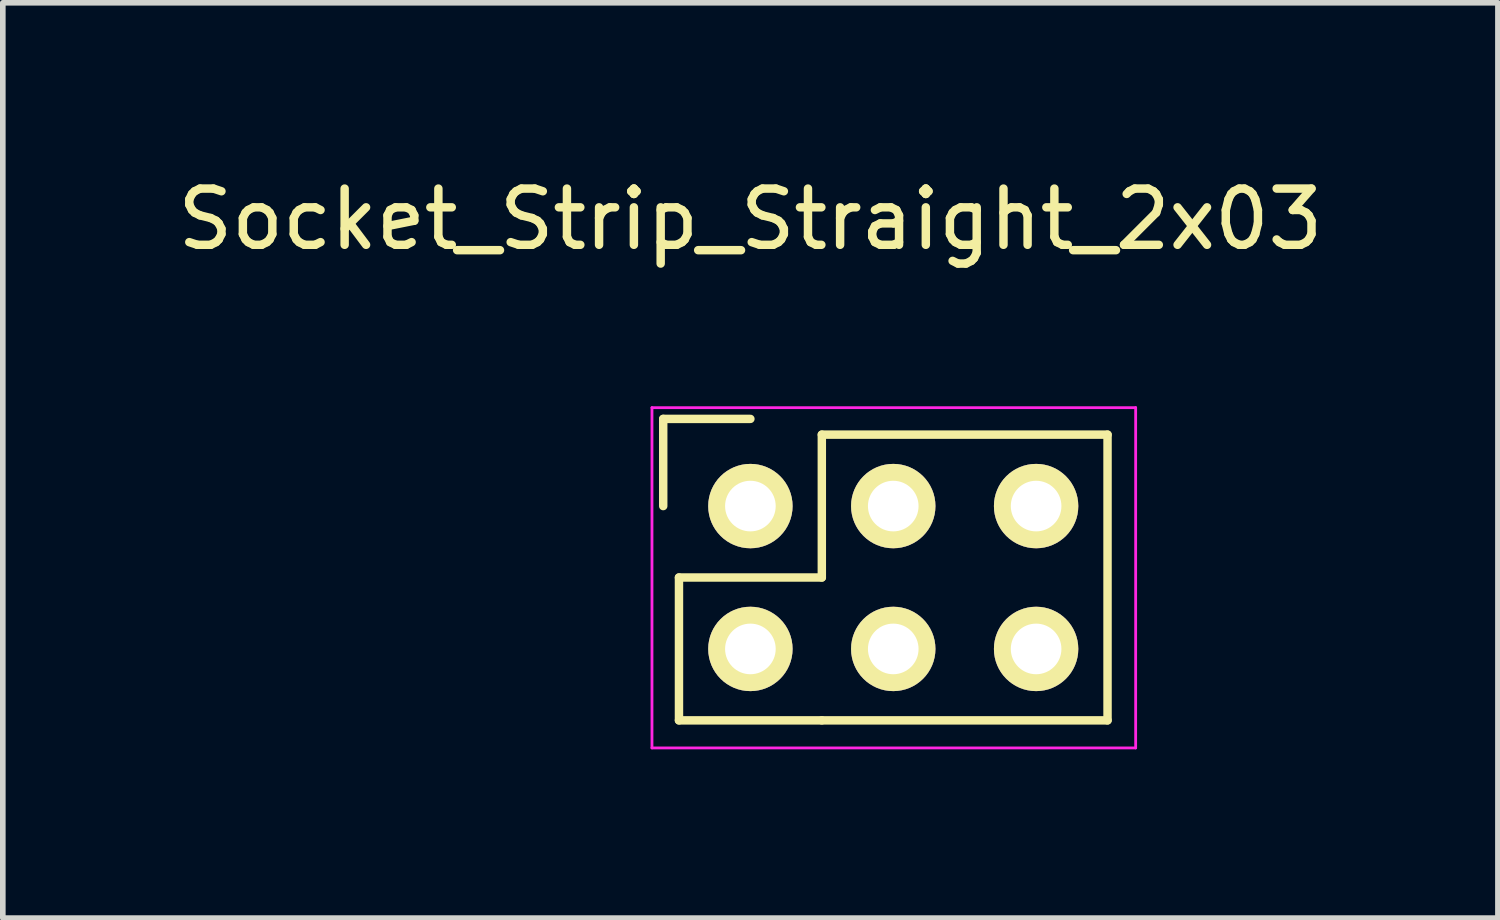
<source format=kicad_pcb>
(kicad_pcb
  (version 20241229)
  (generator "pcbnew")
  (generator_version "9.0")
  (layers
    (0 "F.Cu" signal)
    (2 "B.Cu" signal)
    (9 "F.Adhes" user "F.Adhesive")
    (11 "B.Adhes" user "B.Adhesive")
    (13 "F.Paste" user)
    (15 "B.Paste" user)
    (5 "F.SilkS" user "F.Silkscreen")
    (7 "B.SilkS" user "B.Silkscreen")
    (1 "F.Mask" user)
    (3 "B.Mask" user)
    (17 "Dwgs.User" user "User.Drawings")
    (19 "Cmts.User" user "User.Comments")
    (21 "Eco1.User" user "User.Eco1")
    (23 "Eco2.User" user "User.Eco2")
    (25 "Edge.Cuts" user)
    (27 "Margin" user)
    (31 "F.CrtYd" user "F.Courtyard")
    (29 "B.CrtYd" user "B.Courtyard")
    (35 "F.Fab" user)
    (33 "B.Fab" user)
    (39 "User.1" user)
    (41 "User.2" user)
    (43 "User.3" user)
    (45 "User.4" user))
  (footprint "Socket_Strip_Straight_2x03"
    (placed yes)
    (layer "F.Cu")
    (at 10.292 5.948)
    (property "Reference" "Socket_Strip_Straight_2x03" (at 0 -5.1 0) (layer "F.SilkS") (effects (font (size 1 1) (thickness 0.15))))
    (attr through_hole)
    (fp_line (start -1.55 -1.55) (end -1.55 0) (stroke (width 0.15) (type solid)) (layer "F.SilkS"))
    (fp_line (start -1.55 -1.55) (end 0 -1.55) (stroke (width 0.15) (type solid)) (layer "F.SilkS"))
    (fp_line (start -1.27 1.27) (end 1.27 1.27) (stroke (width 0.15) (type solid)) (layer "F.SilkS"))
    (fp_line (start -1.27 3.81) (end -1.27 1.27) (stroke (width 0.15) (type solid)) (layer "F.SilkS"))
    (fp_line (start 1.27 1.27) (end 1.27 -1.27) (stroke (width 0.15) (type solid)) (layer "F.SilkS"))
    (fp_line (start 1.27 3.81) (end -1.27 3.81) (stroke (width 0.15) (type solid)) (layer "F.SilkS"))
    (fp_line (start 6.35 -1.27) (end 1.27 -1.27) (stroke (width 0.15) (type solid)) (layer "F.SilkS"))
    (fp_line (start 6.35 -1.27) (end 6.35 3.81) (stroke (width 0.15) (type solid)) (layer "F.SilkS"))
    (fp_line (start 6.35 3.81) (end 1.27 3.81) (stroke (width 0.15) (type solid)) (layer "F.SilkS"))
    (fp_line (start -1.75 -1.75) (end -1.75 4.3) (stroke (width 0.05) (type solid)) (layer "F.CrtYd"))
    (fp_line (start -1.75 -1.75) (end 6.85 -1.75) (stroke (width 0.05) (type solid)) (layer "F.CrtYd"))
    (fp_line (start -1.75 4.3) (end 6.85 4.3) (stroke (width 0.05) (type solid)) (layer "F.CrtYd"))
    (fp_line (start 6.85 -1.75) (end 6.85 4.3) (stroke (width 0.05) (type solid)) (layer "F.CrtYd"))
    (pad "1" thru_hole oval (at 0 0) (size 1.5 1.5) (drill 0.9) (layers "*.Cu" "*.Mask" "F.SilkS"))
    (pad "2" thru_hole oval (at 0 2.54) (size 1.5 1.5) (drill 0.9) (layers "*.Cu" "*.Mask" "F.SilkS"))
    (pad "3" thru_hole oval (at 2.54 0) (size 1.5 1.5) (drill 0.9) (layers "*.Cu" "*.Mask" "F.SilkS"))
    (pad "4" thru_hole oval (at 2.54 2.54) (size 1.5 1.5) (drill 0.9) (layers "*.Cu" "*.Mask" "F.SilkS"))
    (pad "5" thru_hole oval (at 5.08 0) (size 1.5 1.5) (drill 0.9) (layers "*.Cu" "*.Mask" "F.SilkS"))
    (pad "6" thru_hole oval (at 5.08 2.54) (size 1.5 1.5) (drill 0.9) (layers "*.Cu" "*.Mask" "F.SilkS")))
  (gr_rect
    (start -3 -3)
    (end 23.583 13.273)
    (stroke (width 0.1) (type default))
    (fill no)
    (layer "Edge.Cuts")))
</source>
